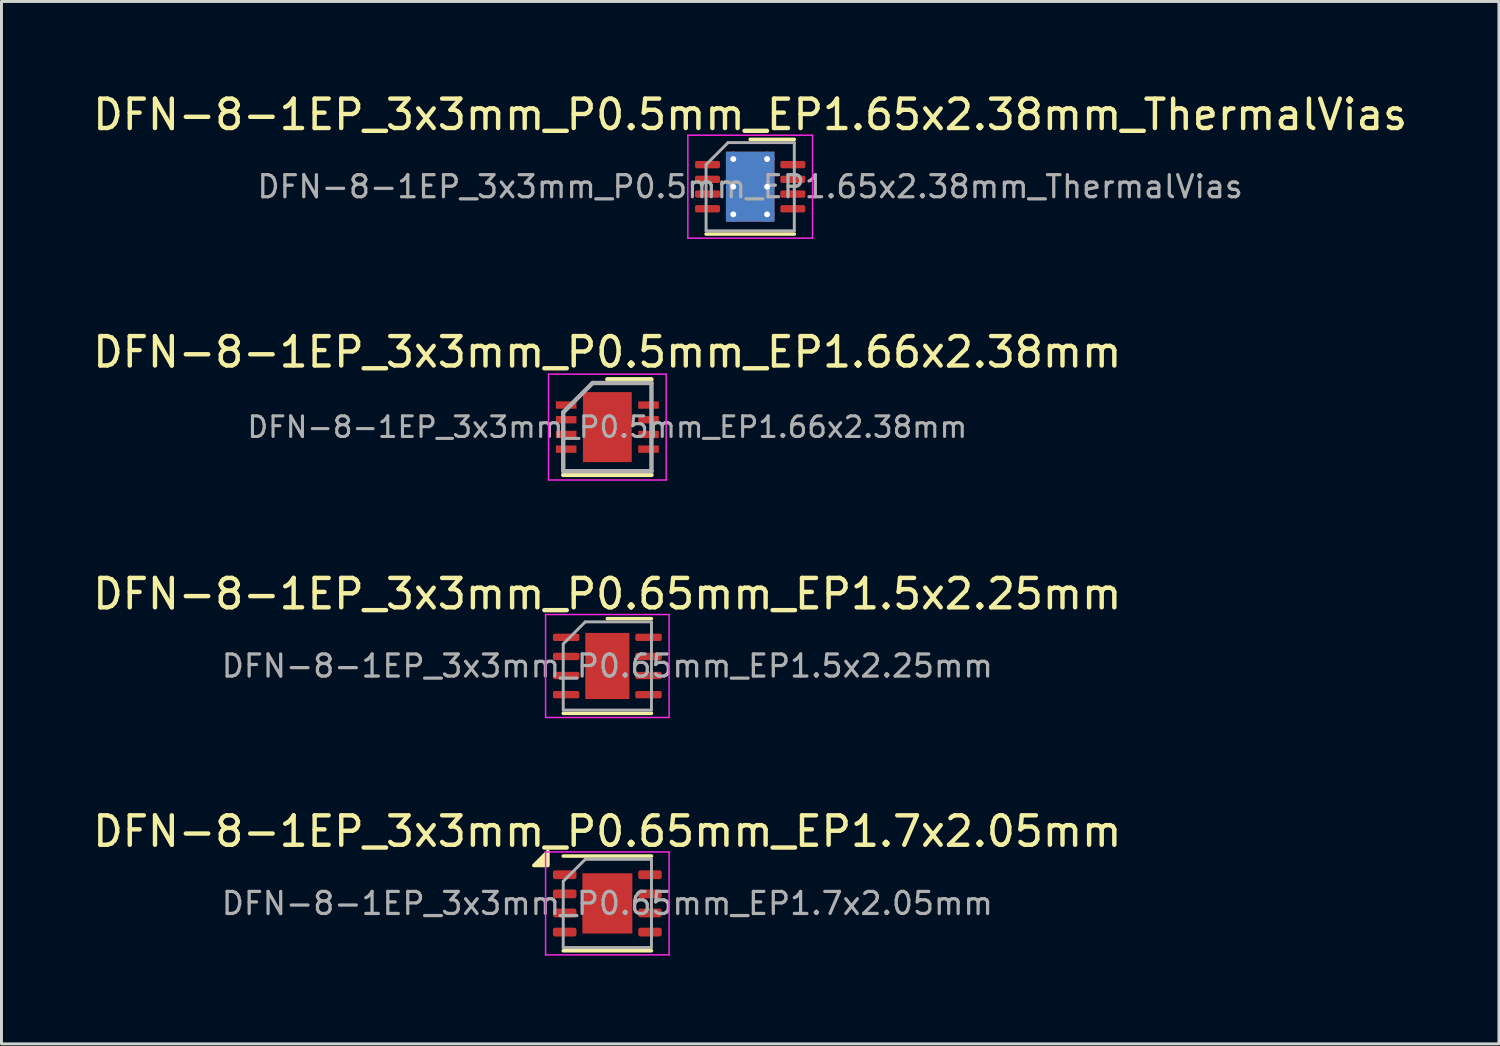
<source format=kicad_pcb>
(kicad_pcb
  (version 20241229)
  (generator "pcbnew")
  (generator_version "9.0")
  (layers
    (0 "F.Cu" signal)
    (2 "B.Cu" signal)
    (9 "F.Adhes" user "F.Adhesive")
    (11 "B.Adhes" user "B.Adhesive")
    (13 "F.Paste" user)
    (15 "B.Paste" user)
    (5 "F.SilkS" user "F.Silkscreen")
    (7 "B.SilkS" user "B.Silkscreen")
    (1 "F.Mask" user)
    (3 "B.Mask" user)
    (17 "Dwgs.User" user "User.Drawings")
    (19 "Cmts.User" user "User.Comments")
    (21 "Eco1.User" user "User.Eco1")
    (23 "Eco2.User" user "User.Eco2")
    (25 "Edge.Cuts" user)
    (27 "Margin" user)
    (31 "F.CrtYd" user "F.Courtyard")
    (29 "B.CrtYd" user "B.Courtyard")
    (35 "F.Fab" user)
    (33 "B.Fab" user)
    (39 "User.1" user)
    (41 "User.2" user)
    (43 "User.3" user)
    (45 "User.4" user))
  (footprint "DFN-8-1EP_3x3mm_P0.65mm_EP1.7x2.05mm"
    (layer "F.Cu")
    (at 17.601 27.668)
    (property "Reference" "DFN-8-1EP_3x3mm_P0.65mm_EP1.7x2.05mm" (at 0 -2.45 0) (layer "F.SilkS") (effects (font (size 1 1) (thickness 0.15))))
    (attr smd)
    (fp_line (start -1.5 -1.61) (end 1.5 -1.61) (stroke (width 0.12) (type solid)) (layer "F.SilkS"))
    (fp_line (start -1.5 1.61) (end 1.5 1.61) (stroke (width 0.12) (type solid)) (layer "F.SilkS"))
    (fp_poly (pts (xy -2.02 -1.29) (xy -2.5 -1.29) (xy -2.02 -1.77) (xy -2.02 -1.29)) (stroke (width 0.12) (type solid)) (fill yes) (layer "F.SilkS"))
    (fp_line (start -2.1 -1.75) (end -2.1 1.75) (stroke (width 0.05) (type solid)) (layer "F.CrtYd"))
    (fp_line (start -2.1 1.75) (end 2.1 1.75) (stroke (width 0.05) (type solid)) (layer "F.CrtYd"))
    (fp_line (start 2.1 -1.75) (end -2.1 -1.75) (stroke (width 0.05) (type solid)) (layer "F.CrtYd"))
    (fp_line (start 2.1 1.75) (end 2.1 -1.75) (stroke (width 0.05) (type solid)) (layer "F.CrtYd"))
    (fp_line (start -1.5 -0.75) (end -0.75 -1.5) (stroke (width 0.1) (type solid)) (layer "F.Fab"))
    (fp_line (start -1.5 1.5) (end -1.5 -0.75) (stroke (width 0.1) (type solid)) (layer "F.Fab"))
    (fp_line (start -0.75 -1.5) (end 1.5 -1.5) (stroke (width 0.1) (type solid)) (layer "F.Fab"))
    (fp_line (start 1.5 -1.5) (end 1.5 1.5) (stroke (width 0.1) (type solid)) (layer "F.Fab"))
    (fp_line (start 1.5 1.5) (end -1.5 1.5) (stroke (width 0.1) (type solid)) (layer "F.Fab"))
    (fp_text user "${REFERENCE}" (at 0 0 0) (layer "F.Fab") (effects (font (size 0.75 0.75) (thickness 0.11))))
    (pad "" smd roundrect (at -0.425 -0.51) (size 0.69 0.83) (layers "F.Paste") (roundrect_rratio 0.25))
    (pad "" smd roundrect (at -0.425 0.51) (size 0.69 0.83) (layers "F.Paste") (roundrect_rratio 0.25))
    (pad "" smd roundrect (at 0.425 -0.51) (size 0.69 0.83) (layers "F.Paste") (roundrect_rratio 0.25))
    (pad "" smd roundrect (at 0.425 0.51) (size 0.69 0.83) (layers "F.Paste") (roundrect_rratio 0.25))
    (pad "1" smd roundrect (at -1.45 -0.975) (size 0.8 0.3) (layers "F.Cu" "F.Mask" "F.Paste") (roundrect_rratio 0.25))
    (pad "2" smd roundrect (at -1.45 -0.325) (size 0.8 0.3) (layers "F.Cu" "F.Mask" "F.Paste") (roundrect_rratio 0.25))
    (pad "3" smd roundrect (at -1.45 0.325) (size 0.8 0.3) (layers "F.Cu" "F.Mask" "F.Paste") (roundrect_rratio 0.25))
    (pad "4" smd roundrect (at -1.45 0.975) (size 0.8 0.3) (layers "F.Cu" "F.Mask" "F.Paste") (roundrect_rratio 0.25))
    (pad "5" smd roundrect (at 1.45 0.975) (size 0.8 0.3) (layers "F.Cu" "F.Mask" "F.Paste") (roundrect_rratio 0.25))
    (pad "6" smd roundrect (at 1.45 0.325) (size 0.8 0.3) (layers "F.Cu" "F.Mask" "F.Paste") (roundrect_rratio 0.25))
    (pad "7" smd roundrect (at 1.45 -0.325) (size 0.8 0.3) (layers "F.Cu" "F.Mask" "F.Paste") (roundrect_rratio 0.25))
    (pad "8" smd roundrect (at 1.45 -0.975) (size 0.8 0.3) (layers "F.Cu" "F.Mask" "F.Paste") (roundrect_rratio 0.25))
    (pad "9" smd rect (at 0 0) (size 1.7 2.05) (property pad_prop_heatsink) (layers "F.Cu" "F.Mask")))
  (footprint "DFN-8-1EP_3x3mm_P0.5mm_EP1.66x2.38mm"
    (layer "F.Cu")
    (at 17.601 11.472)
    (property "Reference" "DFN-8-1EP_3x3mm_P0.5mm_EP1.66x2.38mm" (at 0 -2.55 0) (layer "F.SilkS") (effects (font (size 1 1) (thickness 0.15))))
    (attr smd)
    (fp_line (start -1.5 1.625) (end 1.5 1.625) (stroke (width 0.15) (type solid)) (layer "F.SilkS"))
    (fp_line (start 0 -1.625) (end 1.5 -1.625) (stroke (width 0.15) (type solid)) (layer "F.SilkS"))
    (fp_line (start -2 -1.8) (end -2 1.8) (stroke (width 0.05) (type solid)) (layer "F.CrtYd"))
    (fp_line (start -2 -1.8) (end 2 -1.8) (stroke (width 0.05) (type solid)) (layer "F.CrtYd"))
    (fp_line (start -2 1.8) (end 2 1.8) (stroke (width 0.05) (type solid)) (layer "F.CrtYd"))
    (fp_line (start 2 -1.8) (end 2 1.8) (stroke (width 0.05) (type solid)) (layer "F.CrtYd"))
    (fp_line (start -1.5 -0.5) (end -0.5 -1.5) (stroke (width 0.15) (type solid)) (layer "F.Fab"))
    (fp_line (start -1.5 1.5) (end -1.5 -0.5) (stroke (width 0.15) (type solid)) (layer "F.Fab"))
    (fp_line (start -0.5 -1.5) (end 1.5 -1.5) (stroke (width 0.15) (type solid)) (layer "F.Fab"))
    (fp_line (start 1.5 -1.5) (end 1.5 1.5) (stroke (width 0.15) (type solid)) (layer "F.Fab"))
    (fp_line (start 1.5 1.5) (end -1.5 1.5) (stroke (width 0.15) (type solid)) (layer "F.Fab"))
    (fp_text user "${REFERENCE}" (at 0 0 0) (layer "F.Fab") (effects (font (size 0.7 0.7) (thickness 0.105))))
    (pad "" smd rect (at -0.415 -0.595) (size 0.64 1) (layers "F.Paste"))
    (pad "" smd rect (at -0.415 0.595) (size 0.64 1) (layers "F.Paste"))
    (pad "" smd rect (at 0.415 -0.595) (size 0.64 1) (layers "F.Paste"))
    (pad "" smd rect (at 0.415 0.595) (size 0.64 1) (layers "F.Paste"))
    (pad "1" smd rect (at -1.4 -0.75) (size 0.7 0.25) (layers "F.Cu" "F.Mask" "F.Paste"))
    (pad "2" smd rect (at -1.4 -0.25) (size 0.7 0.25) (layers "F.Cu" "F.Mask" "F.Paste"))
    (pad "3" smd rect (at -1.4 0.25) (size 0.7 0.25) (layers "F.Cu" "F.Mask" "F.Paste"))
    (pad "4" smd rect (at -1.4 0.75) (size 0.7 0.25) (layers "F.Cu" "F.Mask" "F.Paste"))
    (pad "5" smd rect (at 1.4 0.75) (size 0.7 0.25) (layers "F.Cu" "F.Mask" "F.Paste"))
    (pad "6" smd rect (at 1.4 0.25) (size 0.7 0.25) (layers "F.Cu" "F.Mask" "F.Paste"))
    (pad "7" smd rect (at 1.4 -0.25) (size 0.7 0.25) (layers "F.Cu" "F.Mask" "F.Paste"))
    (pad "8" smd rect (at 1.4 -0.75) (size 0.7 0.25) (layers "F.Cu" "F.Mask" "F.Paste"))
    (pad "9" smd rect (at 0 0) (size 1.66 2.38) (layers "F.Cu" "F.Mask")))
  (footprint "DFN-8-1EP_3x3mm_P0.65mm_EP1.5x2.25mm"
    (layer "F.Cu")
    (at 17.601 19.595)
    (property "Reference" "DFN-8-1EP_3x3mm_P0.65mm_EP1.5x2.25mm" (at 0 -2.45 0) (layer "F.SilkS") (effects (font (size 1 1) (thickness 0.15))))
    (attr smd)
    (fp_line (start -1.5 1.61) (end 1.5 1.61) (stroke (width 0.12) (type solid)) (layer "F.SilkS"))
    (fp_line (start 0 -1.61) (end 1.5 -1.61) (stroke (width 0.12) (type solid)) (layer "F.SilkS"))
    (fp_line (start -2.1 -1.75) (end -2.1 1.75) (stroke (width 0.05) (type solid)) (layer "F.CrtYd"))
    (fp_line (start -2.1 1.75) (end 2.1 1.75) (stroke (width 0.05) (type solid)) (layer "F.CrtYd"))
    (fp_line (start 2.1 -1.75) (end -2.1 -1.75) (stroke (width 0.05) (type solid)) (layer "F.CrtYd"))
    (fp_line (start 2.1 1.75) (end 2.1 -1.75) (stroke (width 0.05) (type solid)) (layer "F.CrtYd"))
    (fp_line (start -1.5 -0.75) (end -0.75 -1.5) (stroke (width 0.1) (type solid)) (layer "F.Fab"))
    (fp_line (start -1.5 1.5) (end -1.5 -0.75) (stroke (width 0.1) (type solid)) (layer "F.Fab"))
    (fp_line (start -0.75 -1.5) (end 1.5 -1.5) (stroke (width 0.1) (type solid)) (layer "F.Fab"))
    (fp_line (start 1.5 -1.5) (end 1.5 1.5) (stroke (width 0.1) (type solid)) (layer "F.Fab"))
    (fp_line (start 1.5 1.5) (end -1.5 1.5) (stroke (width 0.1) (type solid)) (layer "F.Fab"))
    (fp_text user "${REFERENCE}" (at 0 0 0) (layer "F.Fab") (effects (font (size 0.75 0.75) (thickness 0.11))))
    (pad "" smd roundrect (at -0.375 -0.56) (size 0.6 0.91) (layers "F.Paste") (roundrect_rratio 0.25))
    (pad "" smd roundrect (at -0.375 0.56) (size 0.6 0.91) (layers "F.Paste") (roundrect_rratio 0.25))
    (pad "" smd roundrect (at 0.375 -0.56) (size 0.6 0.91) (layers "F.Paste") (roundrect_rratio 0.25))
    (pad "" smd roundrect (at 0.375 0.56) (size 0.6 0.91) (layers "F.Paste") (roundrect_rratio 0.25))
    (pad "1" smd roundrect (at -1.4 -0.975) (size 0.9 0.25) (layers "F.Cu" "F.Mask" "F.Paste") (roundrect_rratio 0.25))
    (pad "2" smd roundrect (at -1.4 -0.325) (size 0.9 0.25) (layers "F.Cu" "F.Mask" "F.Paste") (roundrect_rratio 0.25))
    (pad "3" smd roundrect (at -1.4 0.325) (size 0.9 0.25) (layers "F.Cu" "F.Mask" "F.Paste") (roundrect_rratio 0.25))
    (pad "4" smd roundrect (at -1.4 0.975) (size 0.9 0.25) (layers "F.Cu" "F.Mask" "F.Paste") (roundrect_rratio 0.25))
    (pad "5" smd roundrect (at 1.4 0.975) (size 0.9 0.25) (layers "F.Cu" "F.Mask" "F.Paste") (roundrect_rratio 0.25))
    (pad "6" smd roundrect (at 1.4 0.325) (size 0.9 0.25) (layers "F.Cu" "F.Mask" "F.Paste") (roundrect_rratio 0.25))
    (pad "7" smd roundrect (at 1.4 -0.325) (size 0.9 0.25) (layers "F.Cu" "F.Mask" "F.Paste") (roundrect_rratio 0.25))
    (pad "8" smd roundrect (at 1.4 -0.975) (size 0.9 0.25) (layers "F.Cu" "F.Mask" "F.Paste") (roundrect_rratio 0.25))
    (pad "9" smd rect (at 0 0) (size 1.5 2.25) (layers "F.Cu" "F.Mask")))
  (footprint "DFN-8-1EP_3x3mm_P0.5mm_EP1.65x2.38mm_ThermalVias"
    (layer "F.Cu")
    (at 22.458 3.298)
    (property "Reference" "DFN-8-1EP_3x3mm_P0.5mm_EP1.65x2.38mm_ThermalVias" (at 0 -2.45 0) (layer "F.SilkS") (effects (font (size 1 1) (thickness 0.15))))
    (attr smd)
    (fp_line (start -1.5 1.61) (end 1.5 1.61) (stroke (width 0.12) (type solid)) (layer "F.SilkS"))
    (fp_line (start 0 -1.61) (end 1.5 -1.61) (stroke (width 0.12) (type solid)) (layer "F.SilkS"))
    (fp_line (start -2.12 -1.75) (end -2.12 1.75) (stroke (width 0.05) (type solid)) (layer "F.CrtYd"))
    (fp_line (start -2.12 1.75) (end 2.12 1.75) (stroke (width 0.05) (type solid)) (layer "F.CrtYd"))
    (fp_line (start 2.12 -1.75) (end -2.12 -1.75) (stroke (width 0.05) (type solid)) (layer "F.CrtYd"))
    (fp_line (start 2.12 1.75) (end 2.12 -1.75) (stroke (width 0.05) (type solid)) (layer "F.CrtYd"))
    (fp_line (start -1.5 -0.75) (end -0.75 -1.5) (stroke (width 0.1) (type solid)) (layer "F.Fab"))
    (fp_line (start -1.5 1.5) (end -1.5 -0.75) (stroke (width 0.1) (type solid)) (layer "F.Fab"))
    (fp_line (start -0.75 -1.5) (end 1.5 -1.5) (stroke (width 0.1) (type solid)) (layer "F.Fab"))
    (fp_line (start 1.5 -1.5) (end 1.5 1.5) (stroke (width 0.1) (type solid)) (layer "F.Fab"))
    (fp_line (start 1.5 1.5) (end -1.5 1.5) (stroke (width 0.1) (type solid)) (layer "F.Fab"))
    (fp_text user "${REFERENCE}" (at 0 0 0) (layer "F.Fab") (effects (font (size 0.75 0.75) (thickness 0.11))))
    (pad "" smd roundrect (at -0.41 -0.595) (size 0.67 0.96) (layers "F.Paste") (roundrect_rratio 0.25))
    (pad "" smd roundrect (at -0.41 0.595) (size 0.67 0.96) (layers "F.Paste") (roundrect_rratio 0.25))
    (pad "" smd roundrect (at 0.41 -0.595) (size 0.67 0.96) (layers "F.Paste") (roundrect_rratio 0.25))
    (pad "" smd roundrect (at 0.41 0.595) (size 0.67 0.96) (layers "F.Paste") (roundrect_rratio 0.25))
    (pad "1" smd roundrect (at -1.45 -0.75) (size 0.85 0.25) (layers "F.Cu" "F.Mask" "F.Paste") (roundrect_rratio 0.25))
    (pad "2" smd roundrect (at -1.45 -0.25) (size 0.85 0.25) (layers "F.Cu" "F.Mask" "F.Paste") (roundrect_rratio 0.25))
    (pad "3" smd roundrect (at -1.45 0.25) (size 0.85 0.25) (layers "F.Cu" "F.Mask" "F.Paste") (roundrect_rratio 0.25))
    (pad "4" smd roundrect (at -1.45 0.75) (size 0.85 0.25) (layers "F.Cu" "F.Mask" "F.Paste") (roundrect_rratio 0.25))
    (pad "5" smd roundrect (at 1.45 0.75) (size 0.85 0.25) (layers "F.Cu" "F.Mask" "F.Paste") (roundrect_rratio 0.25))
    (pad "6" smd roundrect (at 1.45 0.25) (size 0.85 0.25) (layers "F.Cu" "F.Mask" "F.Paste") (roundrect_rratio 0.25))
    (pad "7" smd roundrect (at 1.45 -0.25) (size 0.85 0.25) (layers "F.Cu" "F.Mask" "F.Paste") (roundrect_rratio 0.25))
    (pad "8" smd roundrect (at 1.45 -0.75) (size 0.85 0.25) (layers "F.Cu" "F.Mask" "F.Paste") (roundrect_rratio 0.25))
    (pad "9" thru_hole circle (at -0.575 -0.94) (size 0.5 0.5) (drill 0.2) (layers "*.Cu"))
    (pad "9" thru_hole circle (at -0.575 0) (size 0.5 0.5) (drill 0.2) (layers "*.Cu"))
    (pad "9" thru_hole circle (at -0.575 0.94) (size 0.5 0.5) (drill 0.2) (layers "*.Cu"))
    (pad "9" smd rect (at 0 0) (size 1.65 2.38) (layers "F.Cu" "F.Mask"))
    (pad "9" smd rect (at 0 0) (size 1.65 2.38) (layers "B.Cu"))
    (pad "9" thru_hole circle (at 0.575 -0.94) (size 0.5 0.5) (drill 0.2) (layers "*.Cu"))
    (pad "9" thru_hole circle (at 0.575 0) (size 0.5 0.5) (drill 0.2) (layers "*.Cu"))
    (pad "9" thru_hole circle (at 0.575 0.94) (size 0.5 0.5) (drill 0.2) (layers "*.Cu")))
  (gr_rect
    (start -3 -3)
    (end 47.917 32.443)
    (stroke (width 0.1) (type default))
    (fill no)
    (layer "Edge.Cuts")))
</source>
